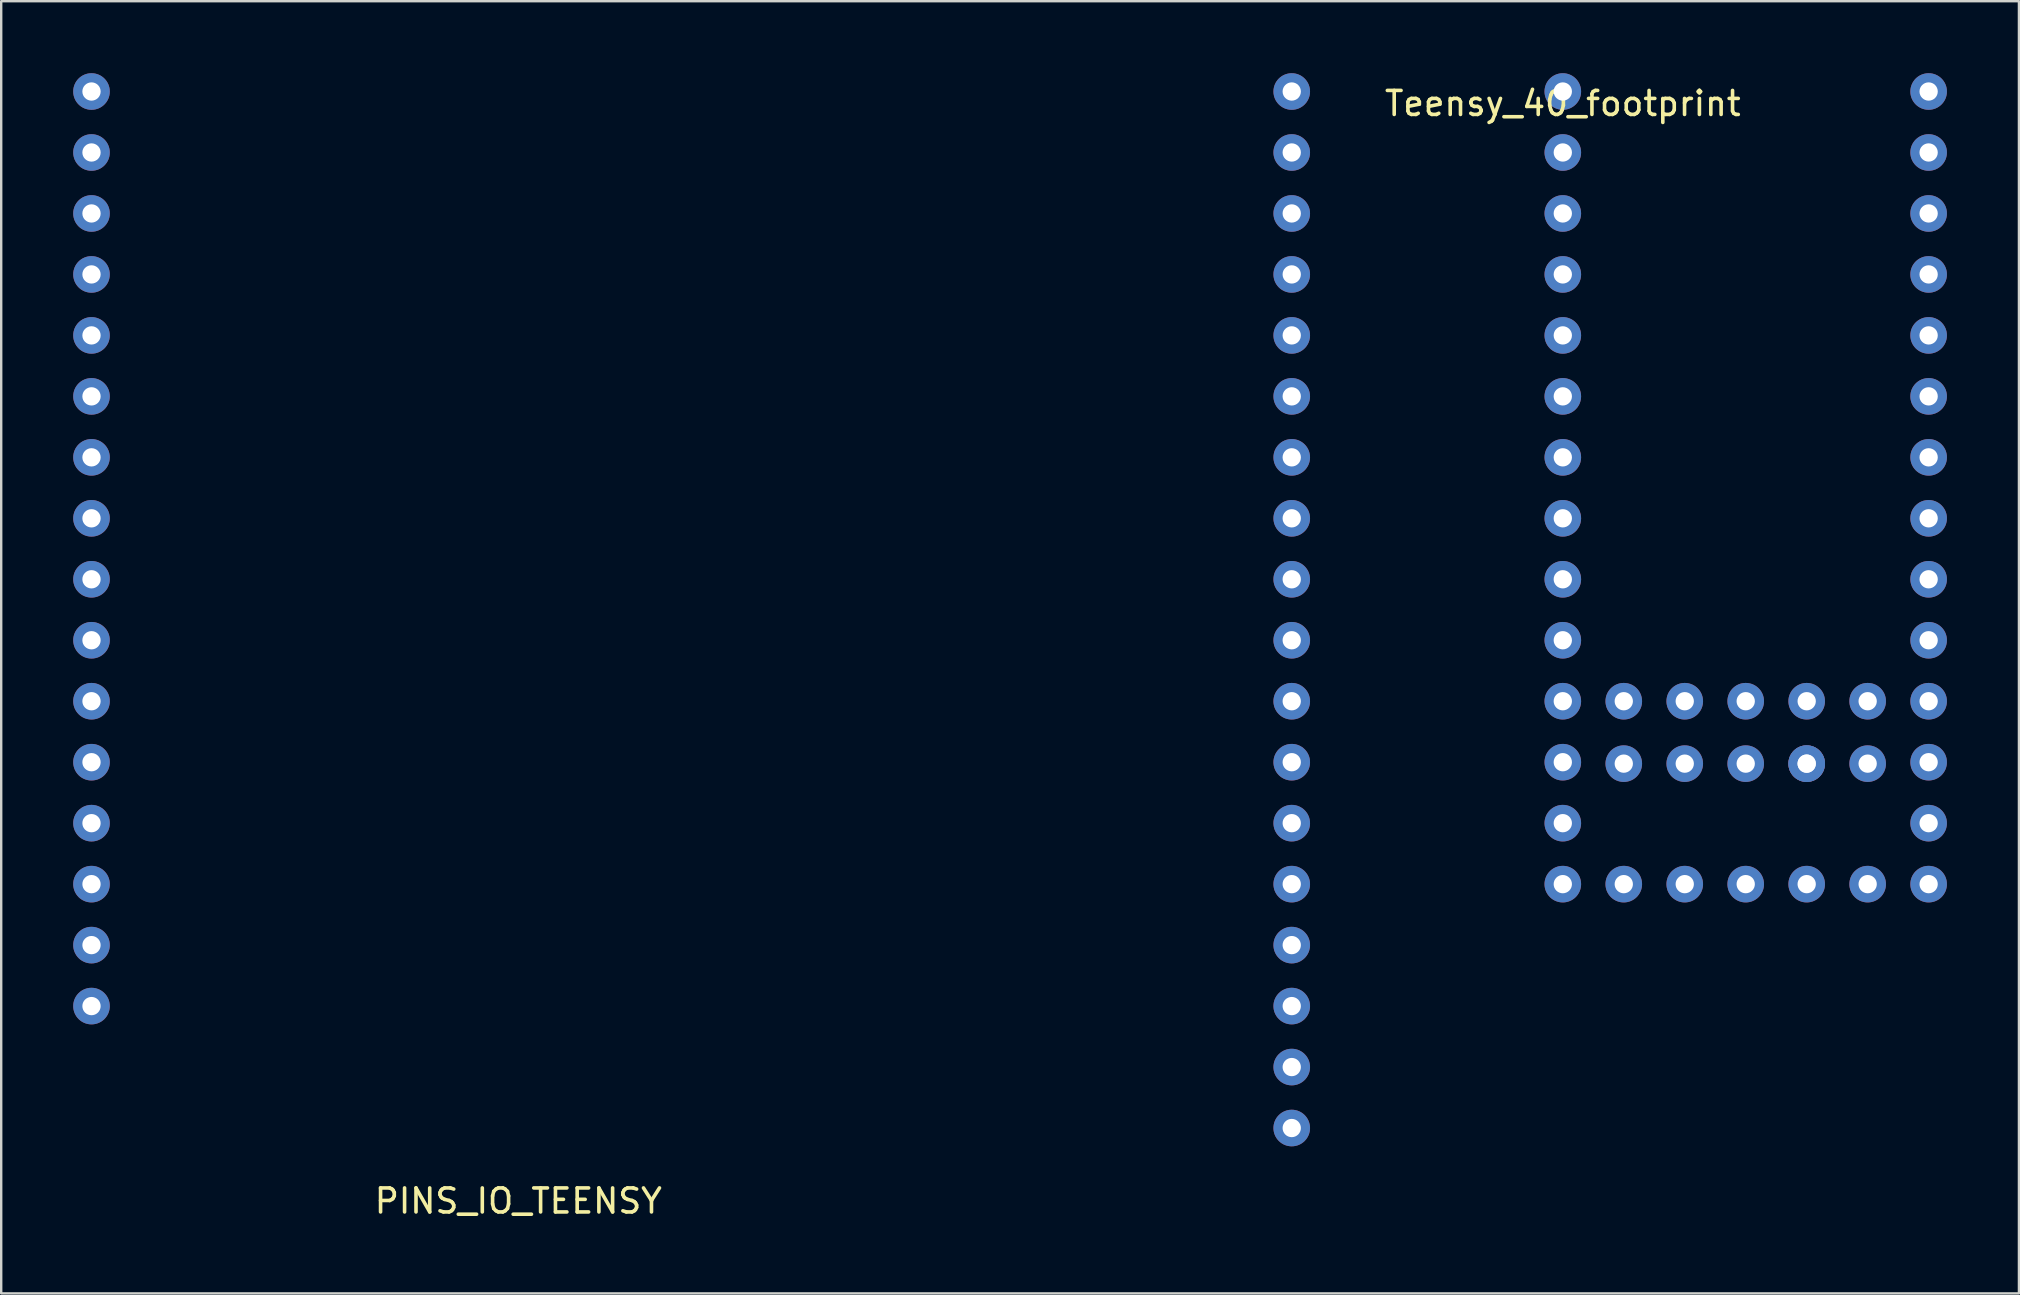
<source format=kicad_pcb>
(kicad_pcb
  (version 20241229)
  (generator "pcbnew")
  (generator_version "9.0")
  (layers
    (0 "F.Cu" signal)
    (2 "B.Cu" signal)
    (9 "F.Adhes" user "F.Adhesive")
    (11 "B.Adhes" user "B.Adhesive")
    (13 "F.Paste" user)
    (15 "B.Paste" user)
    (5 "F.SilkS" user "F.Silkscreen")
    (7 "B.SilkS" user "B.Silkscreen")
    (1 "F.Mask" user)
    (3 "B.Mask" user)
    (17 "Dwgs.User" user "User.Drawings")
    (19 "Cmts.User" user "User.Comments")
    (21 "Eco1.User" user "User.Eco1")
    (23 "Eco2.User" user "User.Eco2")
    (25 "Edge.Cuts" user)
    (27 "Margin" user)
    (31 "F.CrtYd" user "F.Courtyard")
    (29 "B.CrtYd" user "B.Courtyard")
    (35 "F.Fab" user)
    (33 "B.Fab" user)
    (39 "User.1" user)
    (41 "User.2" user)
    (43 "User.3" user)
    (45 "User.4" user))
  (footprint "PINS_IO_TEENSY"
    (layer "F.Cu")
    (at 18.542 46.482)
    (property "Reference" "PINS_IO_TEENSY" (at 0 0.5 0) (layer "F.SilkS") (effects (font (size 1 1) (thickness 0.15))))
    (attr through_hole)
    (pad "1" thru_hole circle (at -17.78 -45.72) (size 1.524 1.524) (drill 0.762) (layers "*.Cu" "*.Mask"))
    (pad "2" thru_hole circle (at 32.22 -45.72) (size 1.524 1.524) (drill 0.762) (layers "*.Cu" "*.Mask"))
    (pad "3" thru_hole circle (at -17.78 -43.18) (size 1.524 1.524) (drill 0.762) (layers "*.Cu" "*.Mask"))
    (pad "4" thru_hole circle (at 32.22 -43.18) (size 1.524 1.524) (drill 0.762) (layers "*.Cu" "*.Mask"))
    (pad "5" thru_hole circle (at -17.78 -40.64) (size 1.524 1.524) (drill 0.762) (layers "*.Cu" "*.Mask"))
    (pad "6" thru_hole circle (at 32.22 -40.64) (size 1.524 1.524) (drill 0.762) (layers "*.Cu" "*.Mask"))
    (pad "7" thru_hole circle (at -17.78 -38.1) (size 1.524 1.524) (drill 0.762) (layers "*.Cu" "*.Mask"))
    (pad "9" thru_hole circle (at -17.78 -35.56) (size 1.524 1.524) (drill 0.762) (layers "*.Cu" "*.Mask"))
    (pad "11" thru_hole circle (at -17.78 -33.02) (size 1.524 1.524) (drill 0.762) (layers "*.Cu" "*.Mask"))
    (pad "12" thru_hole circle (at 32.22 -38.1) (size 1.524 1.524) (drill 0.762) (layers "*.Cu" "*.Mask"))
    (pad "13" thru_hole circle (at -17.78 -30.48) (size 1.524 1.524) (drill 0.762) (layers "*.Cu" "*.Mask"))
    (pad "14" thru_hole circle (at 32.22 -35.56) (size 1.524 1.524) (drill 0.762) (layers "*.Cu" "*.Mask"))
    (pad "15" thru_hole circle (at -17.78 -27.94) (size 1.524 1.524) (drill 0.762) (layers "*.Cu" "*.Mask"))
    (pad "16" thru_hole circle (at 32.22 -33.02) (size 1.524 1.524) (drill 0.762) (layers "*.Cu" "*.Mask"))
    (pad "17" thru_hole circle (at -17.78 -25.4) (size 1.524 1.524) (drill 0.762) (layers "*.Cu" "*.Mask"))
    (pad "18" thru_hole circle (at 32.22 -30.48) (size 1.524 1.524) (drill 0.762) (layers "*.Cu" "*.Mask"))
    (pad "19" thru_hole circle (at -17.78 -22.86) (size 1.524 1.524) (drill 0.762) (layers "*.Cu" "*.Mask"))
    (pad "20" thru_hole circle (at 32.22 -27.94) (size 1.524 1.524) (drill 0.762) (layers "*.Cu" "*.Mask"))
    (pad "21" thru_hole circle (at -17.78 -20.32) (size 1.524 1.524) (drill 0.762) (layers "*.Cu" "*.Mask"))
    (pad "22" thru_hole circle (at 32.22 -25.4) (size 1.524 1.524) (drill 0.762) (layers "*.Cu" "*.Mask"))
    (pad "24" thru_hole circle (at 32.22 -22.86) (size 1.524 1.524) (drill 0.762) (layers "*.Cu" "*.Mask"))
    (pad "26" thru_hole circle (at 32.22 -20.32) (size 1.524 1.524) (drill 0.762) (layers "*.Cu" "*.Mask"))
    (pad "28" thru_hole circle (at 32.22 -17.78) (size 1.524 1.524) (drill 0.762) (layers "*.Cu" "*.Mask"))
    (pad "31" thru_hole circle (at -17.78 -17.78) (size 1.524 1.524) (drill 0.762) (layers "*.Cu" "*.Mask"))
    (pad "32" thru_hole circle (at 32.22 -15.24) (size 1.524 1.524) (drill 0.762) (layers "*.Cu" "*.Mask"))
    (pad "34" thru_hole circle (at 32.22 -12.7) (size 1.524 1.524) (drill 0.762) (layers "*.Cu" "*.Mask"))
    (pad "35" thru_hole circle (at -17.78 -15.24) (size 1.524 1.524) (drill 0.762) (layers "*.Cu" "*.Mask"))
    (pad "36" thru_hole circle (at 32.22 -10.16) (size 1.524 1.524) (drill 0.762) (layers "*.Cu" "*.Mask"))
    (pad "37" thru_hole circle (at -17.78 -12.7) (size 1.524 1.524) (drill 0.762) (layers "*.Cu" "*.Mask"))
    (pad "38" thru_hole circle (at 32.22 -7.62) (size 1.524 1.524) (drill 0.762) (layers "*.Cu" "*.Mask"))
    (pad "39" thru_hole circle (at -17.78 -10.16) (size 1.524 1.524) (drill 0.762) (layers "*.Cu" "*.Mask"))
    (pad "40" thru_hole circle (at 32.22 -5.08) (size 1.524 1.524) (drill 0.762) (layers "*.Cu" "*.Mask"))
    (pad "41" thru_hole circle (at -17.78 -7.62) (size 1.524 1.524) (drill 0.762) (layers "*.Cu" "*.Mask"))
    (pad "42" thru_hole circle (at 32.22 -2.54) (size 1.524 1.524) (drill 0.762) (layers "*.Cu" "*.Mask")))
  (footprint "Teensy_40_footprint"
    (layer "F.Cu")
    (at 62.054 0.762)
    (property "Reference" "Teensy_40_footprint" (at 0 0.5 0) (layer "F.SilkS") (effects (font (size 1 1) (thickness 0.15))))
    (attr through_hole)
    (pad "1" thru_hole circle (at 0 0) (size 1.524 1.524) (drill 0.762) (layers "*.Cu" "*.Mask"))
    (pad "2" thru_hole circle (at 15.24 0) (size 1.524 1.524) (drill 0.762) (layers "*.Cu" "*.Mask"))
    (pad "3" thru_hole circle (at 0 2.54) (size 1.524 1.524) (drill 0.762) (layers "*.Cu" "*.Mask"))
    (pad "4" thru_hole circle (at 15.24 2.54) (size 1.524 1.524) (drill 0.762) (layers "*.Cu" "*.Mask"))
    (pad "5" thru_hole circle (at 0 5.08) (size 1.524 1.524) (drill 0.762) (layers "*.Cu" "*.Mask"))
    (pad "6" thru_hole circle (at 15.24 5.08) (size 1.524 1.524) (drill 0.762) (layers "*.Cu" "*.Mask"))
    (pad "7" thru_hole circle (at 0 7.62) (size 1.524 1.524) (drill 0.762) (layers "*.Cu" "*.Mask"))
    (pad "8" thru_hole circle (at 15.24 7.62) (size 1.524 1.524) (drill 0.762) (layers "*.Cu" "*.Mask"))
    (pad "9" thru_hole circle (at 0 10.16) (size 1.524 1.524) (drill 0.762) (layers "*.Cu" "*.Mask"))
    (pad "10" thru_hole circle (at 15.24 10.16) (size 1.524 1.524) (drill 0.762) (layers "*.Cu" "*.Mask"))
    (pad "11" thru_hole circle (at 0 12.7) (size 1.524 1.524) (drill 0.762) (layers "*.Cu" "*.Mask"))
    (pad "12" thru_hole circle (at 15.24 12.7) (size 1.524 1.524) (drill 0.762) (layers "*.Cu" "*.Mask"))
    (pad "13" thru_hole circle (at 0 15.24) (size 1.524 1.524) (drill 0.762) (layers "*.Cu" "*.Mask"))
    (pad "14" thru_hole circle (at 15.24 15.24) (size 1.524 1.524) (drill 0.762) (layers "*.Cu" "*.Mask"))
    (pad "15" thru_hole circle (at 0 17.78) (size 1.524 1.524) (drill 0.762) (layers "*.Cu" "*.Mask"))
    (pad "16" thru_hole circle (at 15.24 17.78) (size 1.524 1.524) (drill 0.762) (layers "*.Cu" "*.Mask"))
    (pad "17" thru_hole circle (at 0 20.32) (size 1.524 1.524) (drill 0.762) (layers "*.Cu" "*.Mask"))
    (pad "18" thru_hole circle (at 15.24 20.32) (size 1.524 1.524) (drill 0.762) (layers "*.Cu" "*.Mask"))
    (pad "19" thru_hole circle (at 0 22.86) (size 1.524 1.524) (drill 0.762) (layers "*.Cu" "*.Mask"))
    (pad "20" thru_hole circle (at 15.24 22.86) (size 1.524 1.524) (drill 0.762) (layers "*.Cu" "*.Mask"))
    (pad "21" thru_hole circle (at 0 25.4) (size 1.524 1.524) (drill 0.762) (layers "*.Cu" "*.Mask"))
    (pad "22" thru_hole circle (at 15.24 25.4) (size 1.524 1.524) (drill 0.762) (layers "*.Cu" "*.Mask"))
    (pad "23" thru_hole circle (at 0 27.94) (size 1.524 1.524) (drill 0.762) (layers "*.Cu" "*.Mask"))
    (pad "24" thru_hole circle (at 15.24 27.94) (size 1.524 1.524) (drill 0.762) (layers "*.Cu" "*.Mask"))
    (pad "25" thru_hole circle (at 0 30.48) (size 1.524 1.524) (drill 0.762) (layers "*.Cu" "*.Mask"))
    (pad "26" thru_hole circle (at 15.24 30.48) (size 1.524 1.524) (drill 0.762) (layers "*.Cu" "*.Mask"))
    (pad "27" thru_hole circle (at 0 33.02) (size 1.524 1.524) (drill 0.762) (layers "*.Cu" "*.Mask"))
    (pad "28" thru_hole circle (at 15.24 33.02) (size 1.524 1.524) (drill 0.762) (layers "*.Cu" "*.Mask"))
    (pad "29" thru_hole circle (at 2.54 33.02) (size 1.524 1.524) (drill 0.762) (layers "*.Cu" "*.Mask"))
    (pad "30" thru_hole circle (at 5.08 33.02) (size 1.524 1.524) (drill 0.762) (layers "*.Cu" "*.Mask"))
    (pad "31" thru_hole circle (at 7.62 33.02) (size 1.524 1.524) (drill 0.762) (layers "*.Cu" "*.Mask"))
    (pad "32" thru_hole circle (at 10.16 33.02) (size 1.524 1.524) (drill 0.762) (layers "*.Cu" "*.Mask"))
    (pad "33" thru_hole circle (at 12.7 33.02) (size 1.524 1.524) (drill 0.762) (layers "*.Cu" "*.Mask"))
    (pad "34" thru_hole circle (at 2.54 28) (size 1.524 1.524) (drill 0.762) (layers "*.Cu" "*.Mask"))
    (pad "35" thru_hole circle (at 5.08 28) (size 1.524 1.524) (drill 0.762) (layers "*.Cu" "*.Mask"))
    (pad "36" thru_hole circle (at 7.62 28) (size 1.524 1.524) (drill 0.762) (layers "*.Cu" "*.Mask"))
    (pad "37" thru_hole circle (at 10.16 28) (size 1.524 1.524) (drill 0.762) (layers "*.Cu" "*.Mask"))
    (pad "38" thru_hole circle (at 10.16 28) (size 1.524 1.524) (drill 0.762) (layers "*.Cu" "*.Mask"))
    (pad "39" thru_hole circle (at 12.7 28) (size 1.524 1.524) (drill 0.762) (layers "*.Cu" "*.Mask"))
    (pad "40" thru_hole circle (at 2.54 25.4) (size 1.524 1.524) (drill 0.762) (layers "*.Cu" "*.Mask"))
    (pad "41" thru_hole circle (at 5.08 25.4) (size 1.524 1.524) (drill 0.762) (layers "*.Cu" "*.Mask"))
    (pad "42" thru_hole circle (at 7.62 25.4) (size 1.524 1.524) (drill 0.762) (layers "*.Cu" "*.Mask"))
    (pad "43" thru_hole circle (at 10.16 25.4) (size 1.524 1.524) (drill 0.762) (layers "*.Cu" "*.Mask"))
    (pad "44" thru_hole circle (at 12.7 25.4) (size 1.524 1.524) (drill 0.762) (layers "*.Cu" "*.Mask")))
  (gr_rect
    (start -3 -3)
    (end 81.056 50.83)
    (stroke (width 0.1) (type default))
    (fill no)
    (layer "Edge.Cuts")))
</source>
